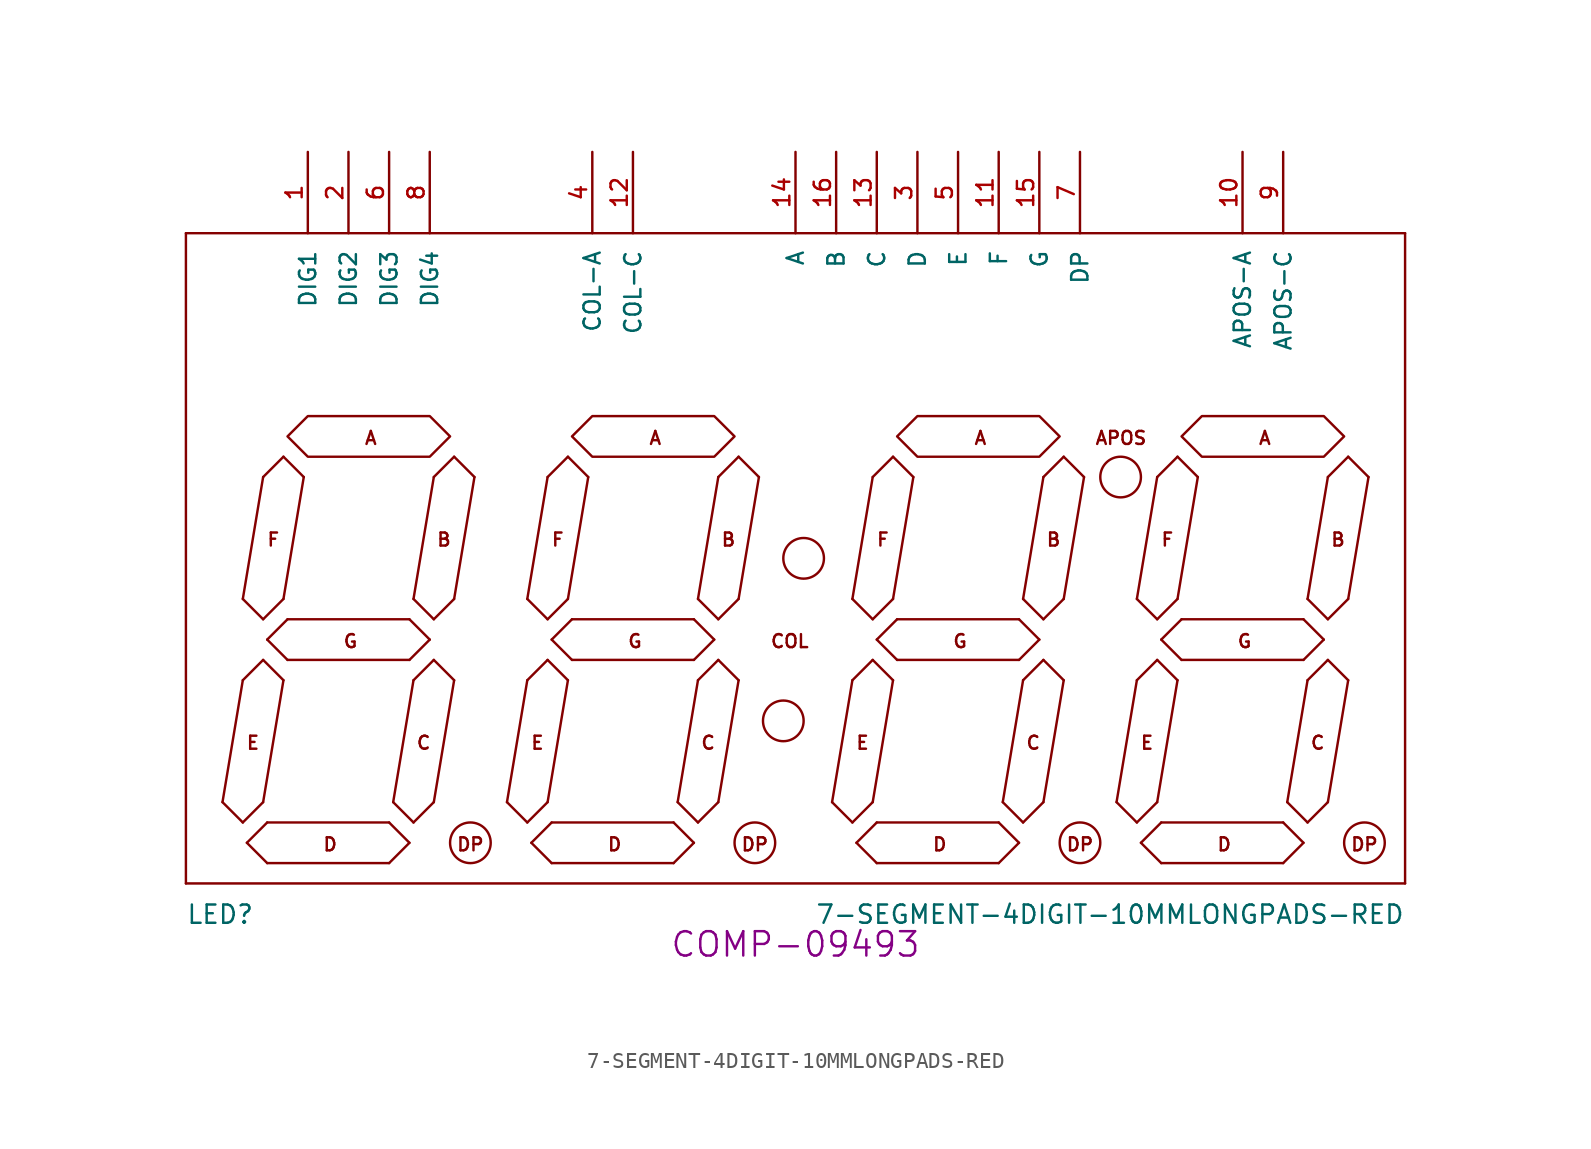
<source format=kicad_sym>
(kicad_symbol_lib
  (version 20220914)
  (generator kicad_symbol_editor)
  (symbol "7-SEGMENT-4DIGIT-10MMLONGPADS-RED"
    (pin_names
      (offset 1.016))
    (property "Reference" "LED"
      (at -38.1 -19.05 0)
      (effects (font (size 1.143 1.143)) (justify left top)))
    (property "Value" "7-SEGMENT-4DIGIT-10MMLONGPADS-RED"
      (at 38.1 -19.05 0)
      (effects (font (size 1.143 1.143)) (justify right top)))
    (property "Field4" "COMP-09493"
      (at 0 -21.59 0)
      (effects (font (size 1.524 1.524))))
    (property "ki_locked" ""
      (at 0 0 0)
      (effects (font (size 1.27 1.27))))
    (symbol "7-SEGMENT-4DIGIT-10MMLONGPADS-RED_1_0"
      (polyline (pts (xy -38.1 -17.78) (xy -38.1 22.86)) (stroke (width 0) (type solid)) (fill (type none)))
      (polyline (pts (xy -35.814 -12.7) (xy -34.544 -13.97)) (stroke (width 0) (type solid)) (fill (type none)))
      (polyline (pts (xy -34.544 -13.97) (xy -33.274 -12.7)) (stroke (width 0) (type solid)) (fill (type none)))
      (polyline (pts (xy -34.544 -5.08) (xy -35.814 -12.7)) (stroke (width 0) (type solid)) (fill (type none)))
      (polyline (pts (xy -34.544 0) (xy -33.274 -1.27)) (stroke (width 0) (type solid)) (fill (type none)))
      (polyline (pts (xy -34.29 -15.24) (xy -33.02 -16.51)) (stroke (width 0) (type solid)) (fill (type none)))
      (polyline (pts (xy -34.29 -15.24) (xy -33.02 -13.97)) (stroke (width 0) (type solid)) (fill (type none)))
      (polyline (pts (xy -33.274 -12.7) (xy -32.004 -5.08)) (stroke (width 0) (type solid)) (fill (type none)))
      (polyline (pts (xy -33.274 -3.81) (xy -34.544 -5.08)) (stroke (width 0) (type solid)) (fill (type none)))
      (polyline (pts (xy -33.274 -3.81) (xy -32.004 -5.08)) (stroke (width 0) (type solid)) (fill (type none)))
      (polyline (pts (xy -33.274 -1.27) (xy -32.004 0)) (stroke (width 0) (type solid)) (fill (type none)))
      (polyline (pts (xy -33.274 7.62) (xy -34.544 0)) (stroke (width 0) (type solid)) (fill (type none)))
      (polyline (pts (xy -33.02 -16.51) (xy -25.4 -16.51)) (stroke (width 0) (type solid)) (fill (type none)))
      (polyline (pts (xy -33.02 -2.54) (xy -31.75 -3.81)) (stroke (width 0) (type solid)) (fill (type none)))
      (polyline (pts (xy -33.02 -2.54) (xy -31.75 -1.27)) (stroke (width 0) (type solid)) (fill (type none)))
      (polyline (pts (xy -32.004 0) (xy -30.734 7.62)) (stroke (width 0) (type solid)) (fill (type none)))
      (polyline (pts (xy -32.004 8.89) (xy -33.274 7.62)) (stroke (width 0) (type solid)) (fill (type none)))
      (polyline (pts (xy -32.004 8.89) (xy -30.734 7.62)) (stroke (width 0) (type solid)) (fill (type none)))
      (polyline (pts (xy -31.75 -3.81) (xy -24.13 -3.81)) (stroke (width 0) (type solid)) (fill (type none)))
      (polyline (pts (xy -25.4 -16.51) (xy -24.13 -15.24)) (stroke (width 0) (type solid)) (fill (type none)))
      (polyline (pts (xy -25.4 -13.97) (xy -33.02 -13.97)) (stroke (width 0) (type solid)) (fill (type none)))
      (polyline (pts (xy -25.146 -12.7) (xy -23.876 -13.97)) (stroke (width 0) (type solid)) (fill (type none)))
      (polyline (pts (xy -24.13 -15.24) (xy -25.4 -13.97)) (stroke (width 0) (type solid)) (fill (type none)))
      (polyline (pts (xy -24.13 -3.81) (xy -22.86 -2.54)) (stroke (width 0) (type solid)) (fill (type none)))
      (polyline (pts (xy -24.13 -1.27) (xy -31.75 -1.27)) (stroke (width 0) (type solid)) (fill (type none)))
      (polyline (pts (xy -23.876 -13.97) (xy -22.606 -12.7)) (stroke (width 0) (type solid)) (fill (type none)))
      (polyline (pts (xy -23.876 -5.08) (xy -25.146 -12.7)) (stroke (width 0) (type solid)) (fill (type none)))
      (polyline (pts (xy -23.876 0) (xy -22.606 -1.27)) (stroke (width 0) (type solid)) (fill (type none)))
      (polyline (pts (xy -22.86 -2.54) (xy -24.13 -1.27)) (stroke (width 0) (type solid)) (fill (type none)))
      (polyline (pts (xy -22.606 -12.7) (xy -21.336 -5.08)) (stroke (width 0) (type solid)) (fill (type none)))
      (polyline (pts (xy -22.606 -3.81) (xy -23.876 -5.08)) (stroke (width 0) (type solid)) (fill (type none)))
      (polyline (pts (xy -22.606 -3.81) (xy -21.336 -5.08)) (stroke (width 0) (type solid)) (fill (type none)))
      (polyline (pts (xy -22.606 -1.27) (xy -21.336 0)) (stroke (width 0) (type solid)) (fill (type none)))
      (polyline (pts (xy -22.606 7.62) (xy -23.876 0)) (stroke (width 0) (type solid)) (fill (type none)))
      (polyline (pts (xy -21.336 0) (xy -20.066 7.62)) (stroke (width 0) (type solid)) (fill (type none)))
      (polyline (pts (xy -21.336 8.89) (xy -22.606 7.62)) (stroke (width 0) (type solid)) (fill (type none)))
      (polyline (pts (xy -21.336 8.89) (xy -20.066 7.62)) (stroke (width 0) (type solid)) (fill (type none)))
      (polyline (pts (xy -18.034 -12.7) (xy -16.764 -13.97)) (stroke (width 0) (type solid)) (fill (type none)))
      (polyline (pts (xy -16.764 -13.97) (xy -15.494 -12.7)) (stroke (width 0) (type solid)) (fill (type none)))
      (polyline (pts (xy -16.764 -5.08) (xy -18.034 -12.7)) (stroke (width 0) (type solid)) (fill (type none)))
      (polyline (pts (xy -16.764 0) (xy -15.494 -1.27)) (stroke (width 0) (type solid)) (fill (type none)))
      (polyline (pts (xy -16.51 -15.24) (xy -15.24 -16.51)) (stroke (width 0) (type solid)) (fill (type none)))
      (polyline (pts (xy -16.51 -15.24) (xy -15.24 -13.97)) (stroke (width 0) (type solid)) (fill (type none)))
      (polyline (pts (xy -15.494 -12.7) (xy -14.224 -5.08)) (stroke (width 0) (type solid)) (fill (type none)))
      (polyline (pts (xy -15.494 -3.81) (xy -16.764 -5.08)) (stroke (width 0) (type solid)) (fill (type none)))
      (polyline (pts (xy -15.494 -3.81) (xy -14.224 -5.08)) (stroke (width 0) (type solid)) (fill (type none)))
      (polyline (pts (xy -15.494 -1.27) (xy -14.224 0)) (stroke (width 0) (type solid)) (fill (type none)))
      (polyline (pts (xy -15.494 7.62) (xy -16.764 0)) (stroke (width 0) (type solid)) (fill (type none)))
      (polyline (pts (xy -15.24 -16.51) (xy -7.62 -16.51)) (stroke (width 0) (type solid)) (fill (type none)))
      (polyline (pts (xy -15.24 -2.54) (xy -13.97 -3.81)) (stroke (width 0) (type solid)) (fill (type none)))
      (polyline (pts (xy -15.24 -2.54) (xy -13.97 -1.27)) (stroke (width 0) (type solid)) (fill (type none)))
      (polyline (pts (xy -14.224 0) (xy -12.954 7.62)) (stroke (width 0) (type solid)) (fill (type none)))
      (polyline (pts (xy -14.224 8.89) (xy -15.494 7.62)) (stroke (width 0) (type solid)) (fill (type none)))
      (polyline (pts (xy -14.224 8.89) (xy -12.954 7.62)) (stroke (width 0) (type solid)) (fill (type none)))
      (polyline (pts (xy -13.97 -3.81) (xy -6.35 -3.81)) (stroke (width 0) (type solid)) (fill (type none)))
      (polyline (pts (xy -7.62 -16.51) (xy -6.35 -15.24)) (stroke (width 0) (type solid)) (fill (type none)))
      (polyline (pts (xy -7.62 -13.97) (xy -15.24 -13.97)) (stroke (width 0) (type solid)) (fill (type none)))
      (polyline (pts (xy -7.366 -12.7) (xy -6.096 -13.97)) (stroke (width 0) (type solid)) (fill (type none)))
      (polyline (pts (xy -6.35 -15.24) (xy -7.62 -13.97)) (stroke (width 0) (type solid)) (fill (type none)))
      (polyline (pts (xy -6.35 -3.81) (xy -5.08 -2.54)) (stroke (width 0) (type solid)) (fill (type none)))
      (polyline (pts (xy -6.35 -1.27) (xy -13.97 -1.27)) (stroke (width 0) (type solid)) (fill (type none)))
      (polyline (pts (xy -6.096 -13.97) (xy -4.826 -12.7)) (stroke (width 0) (type solid)) (fill (type none)))
      (polyline (pts (xy -6.096 -5.08) (xy -7.366 -12.7)) (stroke (width 0) (type solid)) (fill (type none)))
      (polyline (pts (xy -6.096 0) (xy -4.826 -1.27)) (stroke (width 0) (type solid)) (fill (type none)))
      (polyline (pts (xy -5.08 -2.54) (xy -6.35 -1.27)) (stroke (width 0) (type solid)) (fill (type none)))
      (polyline (pts (xy -4.826 -12.7) (xy -3.556 -5.08)) (stroke (width 0) (type solid)) (fill (type none)))
      (polyline (pts (xy -4.826 -3.81) (xy -6.096 -5.08)) (stroke (width 0) (type solid)) (fill (type none)))
      (polyline (pts (xy -4.826 -3.81) (xy -3.556 -5.08)) (stroke (width 0) (type solid)) (fill (type none)))
      (polyline (pts (xy -4.826 -1.27) (xy -3.556 0)) (stroke (width 0) (type solid)) (fill (type none)))
      (polyline (pts (xy -4.826 7.62) (xy -6.096 0)) (stroke (width 0) (type solid)) (fill (type none)))
      (polyline (pts (xy -3.556 0) (xy -2.286 7.62)) (stroke (width 0) (type solid)) (fill (type none)))
      (polyline (pts (xy -3.556 8.89) (xy -4.826 7.62)) (stroke (width 0) (type solid)) (fill (type none)))
      (polyline (pts (xy -3.556 8.89) (xy -2.286 7.62)) (stroke (width 0) (type solid)) (fill (type none)))
      (polyline (pts (xy 2.286 -12.7) (xy 3.556 -13.97)) (stroke (width 0) (type solid)) (fill (type none)))
      (polyline (pts (xy 3.556 -13.97) (xy 4.826 -12.7)) (stroke (width 0) (type solid)) (fill (type none)))
      (polyline (pts (xy 3.556 -5.08) (xy 2.286 -12.7)) (stroke (width 0) (type solid)) (fill (type none)))
      (polyline (pts (xy 3.556 0) (xy 4.826 -1.27)) (stroke (width 0) (type solid)) (fill (type none)))
      (polyline (pts (xy 3.81 -15.24) (xy 5.08 -16.51)) (stroke (width 0) (type solid)) (fill (type none)))
      (polyline (pts (xy 3.81 -15.24) (xy 5.08 -13.97)) (stroke (width 0) (type solid)) (fill (type none)))
      (polyline (pts (xy 4.826 -12.7) (xy 6.096 -5.08)) (stroke (width 0) (type solid)) (fill (type none)))
      (polyline (pts (xy 4.826 -3.81) (xy 3.556 -5.08)) (stroke (width 0) (type solid)) (fill (type none)))
      (polyline (pts (xy 4.826 -3.81) (xy 6.096 -5.08)) (stroke (width 0) (type solid)) (fill (type none)))
      (polyline (pts (xy 4.826 -1.27) (xy 6.096 0)) (stroke (width 0) (type solid)) (fill (type none)))
      (polyline (pts (xy 4.826 7.62) (xy 3.556 0)) (stroke (width 0) (type solid)) (fill (type none)))
      (polyline (pts (xy 5.08 -16.51) (xy 12.7 -16.51)) (stroke (width 0) (type solid)) (fill (type none)))
      (polyline (pts (xy 5.08 -2.54) (xy 6.35 -3.81)) (stroke (width 0) (type solid)) (fill (type none)))
      (polyline (pts (xy 5.08 -2.54) (xy 6.35 -1.27)) (stroke (width 0) (type solid)) (fill (type none)))
      (polyline (pts (xy 6.096 0) (xy 7.366 7.62)) (stroke (width 0) (type solid)) (fill (type none)))
      (polyline (pts (xy 6.096 8.89) (xy 4.826 7.62)) (stroke (width 0) (type solid)) (fill (type none)))
      (polyline (pts (xy 6.096 8.89) (xy 7.366 7.62)) (stroke (width 0) (type solid)) (fill (type none)))
      (polyline (pts (xy 6.35 -3.81) (xy 13.97 -3.81)) (stroke (width 0) (type solid)) (fill (type none)))
      (polyline (pts (xy 12.7 -16.51) (xy 13.97 -15.24)) (stroke (width 0) (type solid)) (fill (type none)))
      (polyline (pts (xy 12.7 -13.97) (xy 5.08 -13.97)) (stroke (width 0) (type solid)) (fill (type none)))
      (polyline (pts (xy 12.954 -12.7) (xy 14.224 -13.97)) (stroke (width 0) (type solid)) (fill (type none)))
      (polyline (pts (xy 13.97 -15.24) (xy 12.7 -13.97)) (stroke (width 0) (type solid)) (fill (type none)))
      (polyline (pts (xy 13.97 -3.81) (xy 15.24 -2.54)) (stroke (width 0) (type solid)) (fill (type none)))
      (polyline (pts (xy 13.97 -1.27) (xy 6.35 -1.27)) (stroke (width 0) (type solid)) (fill (type none)))
      (polyline (pts (xy 14.224 -13.97) (xy 15.494 -12.7)) (stroke (width 0) (type solid)) (fill (type none)))
      (polyline (pts (xy 14.224 -5.08) (xy 12.954 -12.7)) (stroke (width 0) (type solid)) (fill (type none)))
      (polyline (pts (xy 14.224 0) (xy 15.494 -1.27)) (stroke (width 0) (type solid)) (fill (type none)))
      (polyline (pts (xy 15.24 -2.54) (xy 13.97 -1.27)) (stroke (width 0) (type solid)) (fill (type none)))
      (polyline (pts (xy 15.494 -12.7) (xy 16.764 -5.08)) (stroke (width 0) (type solid)) (fill (type none)))
      (polyline (pts (xy 15.494 -3.81) (xy 14.224 -5.08)) (stroke (width 0) (type solid)) (fill (type none)))
      (polyline (pts (xy 15.494 -3.81) (xy 16.764 -5.08)) (stroke (width 0) (type solid)) (fill (type none)))
      (polyline (pts (xy 15.494 -1.27) (xy 16.764 0)) (stroke (width 0) (type solid)) (fill (type none)))
      (polyline (pts (xy 15.494 7.62) (xy 14.224 0)) (stroke (width 0) (type solid)) (fill (type none)))
      (polyline (pts (xy 16.764 0) (xy 18.034 7.62)) (stroke (width 0) (type solid)) (fill (type none)))
      (polyline (pts (xy 16.764 8.89) (xy 15.494 7.62)) (stroke (width 0) (type solid)) (fill (type none)))
      (polyline (pts (xy 16.764 8.89) (xy 18.034 7.62)) (stroke (width 0) (type solid)) (fill (type none)))
      (polyline (pts (xy 20.066 -12.7) (xy 21.336 -13.97)) (stroke (width 0) (type solid)) (fill (type none)))
      (polyline (pts (xy 21.336 -13.97) (xy 22.606 -12.7)) (stroke (width 0) (type solid)) (fill (type none)))
      (polyline (pts (xy 21.336 -5.08) (xy 20.066 -12.7)) (stroke (width 0) (type solid)) (fill (type none)))
      (polyline (pts (xy 21.336 0) (xy 22.606 -1.27)) (stroke (width 0) (type solid)) (fill (type none)))
      (polyline (pts (xy 21.59 -15.24) (xy 22.86 -16.51)) (stroke (width 0) (type solid)) (fill (type none)))
      (polyline (pts (xy 21.59 -15.24) (xy 22.86 -13.97)) (stroke (width 0) (type solid)) (fill (type none)))
      (polyline (pts (xy 22.606 -12.7) (xy 23.876 -5.08)) (stroke (width 0) (type solid)) (fill (type none)))
      (polyline (pts (xy 22.606 -3.81) (xy 21.336 -5.08)) (stroke (width 0) (type solid)) (fill (type none)))
      (polyline (pts (xy 22.606 -3.81) (xy 23.876 -5.08)) (stroke (width 0) (type solid)) (fill (type none)))
      (polyline (pts (xy 22.606 -1.27) (xy 23.876 0)) (stroke (width 0) (type solid)) (fill (type none)))
      (polyline (pts (xy 22.606 7.62) (xy 21.336 0)) (stroke (width 0) (type solid)) (fill (type none)))
      (polyline (pts (xy 22.86 -16.51) (xy 30.48 -16.51)) (stroke (width 0) (type solid)) (fill (type none)))
      (polyline (pts (xy 22.86 -2.54) (xy 24.13 -3.81)) (stroke (width 0) (type solid)) (fill (type none)))
      (polyline (pts (xy 22.86 -2.54) (xy 24.13 -1.27)) (stroke (width 0) (type solid)) (fill (type none)))
      (polyline (pts (xy 23.876 0) (xy 25.146 7.62)) (stroke (width 0) (type solid)) (fill (type none)))
      (polyline (pts (xy 23.876 8.89) (xy 22.606 7.62)) (stroke (width 0) (type solid)) (fill (type none)))
      (polyline (pts (xy 23.876 8.89) (xy 25.146 7.62)) (stroke (width 0) (type solid)) (fill (type none)))
      (polyline (pts (xy 24.13 -3.81) (xy 31.75 -3.81)) (stroke (width 0) (type solid)) (fill (type none)))
      (polyline (pts (xy 30.48 -16.51) (xy 31.75 -15.24)) (stroke (width 0) (type solid)) (fill (type none)))
      (polyline (pts (xy 30.48 -13.97) (xy 22.86 -13.97)) (stroke (width 0) (type solid)) (fill (type none)))
      (polyline (pts (xy 30.734 -12.7) (xy 32.004 -13.97)) (stroke (width 0) (type solid)) (fill (type none)))
      (polyline (pts (xy 31.75 -15.24) (xy 30.48 -13.97)) (stroke (width 0) (type solid)) (fill (type none)))
      (polyline (pts (xy 31.75 -3.81) (xy 33.02 -2.54)) (stroke (width 0) (type solid)) (fill (type none)))
      (polyline (pts (xy 31.75 -1.27) (xy 24.13 -1.27)) (stroke (width 0) (type solid)) (fill (type none)))
      (polyline (pts (xy 32.004 -13.97) (xy 33.274 -12.7)) (stroke (width 0) (type solid)) (fill (type none)))
      (polyline (pts (xy 32.004 -5.08) (xy 30.734 -12.7)) (stroke (width 0) (type solid)) (fill (type none)))
      (polyline (pts (xy 32.004 0) (xy 33.274 -1.27)) (stroke (width 0) (type solid)) (fill (type none)))
      (polyline (pts (xy 33.02 -2.54) (xy 31.75 -1.27)) (stroke (width 0) (type solid)) (fill (type none)))
      (polyline (pts (xy 33.274 -12.7) (xy 34.544 -5.08)) (stroke (width 0) (type solid)) (fill (type none)))
      (polyline (pts (xy 33.274 -3.81) (xy 32.004 -5.08)) (stroke (width 0) (type solid)) (fill (type none)))
      (polyline (pts (xy 33.274 -3.81) (xy 34.544 -5.08)) (stroke (width 0) (type solid)) (fill (type none)))
      (polyline (pts (xy 33.274 -1.27) (xy 34.544 0)) (stroke (width 0) (type solid)) (fill (type none)))
      (polyline (pts (xy 33.274 7.62) (xy 32.004 0)) (stroke (width 0) (type solid)) (fill (type none)))
      (polyline (pts (xy 34.544 0) (xy 35.814 7.62)) (stroke (width 0) (type solid)) (fill (type none)))
      (polyline (pts (xy 34.544 8.89) (xy 33.274 7.62)) (stroke (width 0) (type solid)) (fill (type none)))
      (polyline (pts (xy 34.544 8.89) (xy 35.814 7.62)) (stroke (width 0) (type solid)) (fill (type none)))
      (polyline (pts (xy 38.1 -17.78) (xy -38.1 -17.78)) (stroke (width 0) (type solid)) (fill (type none)))
      (polyline (pts (xy 38.1 22.86) (xy -38.1 22.86)) (stroke (width 0) (type solid)) (fill (type none)))
      (polyline (pts (xy 38.1 22.86) (xy 38.1 -17.78)) (stroke (width 0) (type solid)) (fill (type none)))
      (text "A" (at -26.543 10.058 0) (effects (font (size 0.813 0.813))))
      (text "A" (at -8.763 10.058 0) (effects (font (size 0.813 0.813))))
      (text "A" (at 11.557 10.058 0) (effects (font (size 0.813 0.813))))
      (text "A" (at 29.337 10.058 0) (effects (font (size 0.813 0.813))))
      (text "APOS" (at 20.345 10.058 0) (effects (font (size 0.813 0.813))))
      (text "B" (at -21.971 3.708 0) (effects (font (size 0.813 0.813))))
      (text "B" (at -4.191 3.708 0) (effects (font (size 0.813 0.813))))
      (text "B" (at 16.129 3.708 0) (effects (font (size 0.813 0.813))))
      (text "B" (at 33.909 3.708 0) (effects (font (size 0.813 0.813))))
      (text "C" (at -23.241 -8.992 0) (effects (font (size 0.813 0.813))))
      (text "C" (at -5.461 -8.992 0) (effects (font (size 0.813 0.813))))
      (text "C" (at 14.859 -8.992 0) (effects (font (size 0.813 0.813))))
      (text "C" (at 32.639 -8.992 0) (effects (font (size 0.813 0.813))))
      (text "COL" (at -0.356 -2.642 0) (effects (font (size 0.813 0.813))))
      (text "D" (at -29.083 -15.342 0) (effects (font (size 0.813 0.813))))
      (text "D" (at -11.303 -15.342 0) (effects (font (size 0.813 0.813))))
      (text "D" (at 9.017 -15.342 0) (effects (font (size 0.813 0.813))))
      (text "D" (at 26.797 -15.342 0) (effects (font (size 0.813 0.813))))
      (text "DP" (at -20.32 -15.342 0) (effects (font (size 0.813 0.813))))
      (text "DP" (at -2.54 -15.342 0) (effects (font (size 0.813 0.813))))
      (text "DP" (at 17.78 -15.342 0) (effects (font (size 0.813 0.813))))
      (text "DP" (at 35.56 -15.342 0) (effects (font (size 0.813 0.813))))
      (text "E" (at -33.909 -8.992 0) (effects (font (size 0.813 0.813))))
      (text "E" (at -16.129 -8.992 0) (effects (font (size 0.813 0.813))))
      (text "E" (at 4.191 -8.992 0) (effects (font (size 0.813 0.813))))
      (text "E" (at 21.971 -8.992 0) (effects (font (size 0.813 0.813))))
      (text "F" (at -32.639 3.708 0) (effects (font (size 0.813 0.813))))
      (text "F" (at -14.859 3.708 0) (effects (font (size 0.813 0.813))))
      (text "F" (at 5.461 3.708 0) (effects (font (size 0.813 0.813))))
      (text "F" (at 23.241 3.708 0) (effects (font (size 0.813 0.813))))
      (text "G" (at -27.813 -2.642 0) (effects (font (size 0.813 0.813))))
      (text "G" (at -10.033 -2.642 0) (effects (font (size 0.813 0.813))))
      (text "G" (at 10.287 -2.642 0) (effects (font (size 0.813 0.813))))
      (text "G" (at 28.067 -2.642 0) (effects (font (size 0.813 0.813)))))
    (symbol "7-SEGMENT-4DIGIT-10MMLONGPADS-RED_1_1"
      (circle (center -20.32 -15.24) (radius 1.27) (stroke (width 0) (type solid)) (fill (type none)))
      (circle (center -2.54 -15.24) (radius 1.27) (stroke (width 0) (type solid)) (fill (type none)))
      (circle (center -0.762 -7.62) (radius 1.27) (stroke (width 0) (type solid)) (fill (type none)))
      (polyline (pts (xy -22.86 11.43) (xy -21.59 10.16) (xy -22.86 8.89) (xy -30.48 8.89) (xy -31.75 10.16) (xy -30.48 11.43) (xy -22.86 11.43)) (stroke (width 0) (type solid)) (fill (type none)))
      (polyline (pts (xy -5.08 11.43) (xy -3.81 10.16) (xy -5.08 8.89) (xy -12.7 8.89) (xy -13.97 10.16) (xy -12.7 11.43) (xy -5.08 11.43)) (stroke (width 0) (type solid)) (fill (type none)))
      (polyline (pts (xy 15.24 11.43) (xy 16.51 10.16) (xy 15.24 8.89) (xy 7.62 8.89) (xy 6.35 10.16) (xy 7.62 11.43) (xy 15.24 11.43)) (stroke (width 0) (type solid)) (fill (type none)))
      (polyline (pts (xy 33.02 11.43) (xy 34.29 10.16) (xy 33.02 8.89) (xy 25.4 8.89) (xy 24.13 10.16) (xy 25.4 11.43) (xy 33.02 11.43)) (stroke (width 0) (type solid)) (fill (type none)))
      (circle (center 0.508 2.54) (radius 1.27) (stroke (width 0) (type solid)) (fill (type none)))
      (circle (center 17.78 -15.24) (radius 1.27) (stroke (width 0) (type solid)) (fill (type none)))
      (circle (center 20.32 7.62) (radius 1.27) (stroke (width 0) (type solid)) (fill (type none)))
      (circle (center 35.56 -15.24) (radius 1.27) (stroke (width 0) (type solid)) (fill (type none)))
      (pin bidirectional line (at -30.48 27.94 270) (length 5.08) (name "DIG1" (effects (font (size 1.016 1.016)))) (number "1" (effects (font (size 1.016 1.016)))))
      (pin bidirectional line (at 27.94 27.94 270) (length 5.08) (name "APOS-A" (effects (font (size 1.016 1.016)))) (number "10" (effects (font (size 1.016 1.016)))))
      (pin bidirectional line (at 12.7 27.94 270) (length 5.08) (name "F" (effects (font (size 1.016 1.016)))) (number "11" (effects (font (size 1.016 1.016)))))
      (pin bidirectional line (at -10.16 27.94 270) (length 5.08) (name "COL-C" (effects (font (size 1.016 1.016)))) (number "12" (effects (font (size 1.016 1.016)))))
      (pin bidirectional line (at 5.08 27.94 270) (length 5.08) (name "C" (effects (font (size 1.016 1.016)))) (number "13" (effects (font (size 1.016 1.016)))))
      (pin bidirectional line (at 0 27.94 270) (length 5.08) (name "A" (effects (font (size 1.016 1.016)))) (number "14" (effects (font (size 1.016 1.016)))))
      (pin bidirectional line (at 15.24 27.94 270) (length 5.08) (name "G" (effects (font (size 1.016 1.016)))) (number "15" (effects (font (size 1.016 1.016)))))
      (pin bidirectional line (at 2.54 27.94 270) (length 5.08) (name "B" (effects (font (size 1.016 1.016)))) (number "16" (effects (font (size 1.016 1.016)))))
      (pin bidirectional line (at -27.94 27.94 270) (length 5.08) (name "DIG2" (effects (font (size 1.016 1.016)))) (number "2" (effects (font (size 1.016 1.016)))))
      (pin bidirectional line (at 7.62 27.94 270) (length 5.08) (name "D" (effects (font (size 1.016 1.016)))) (number "3" (effects (font (size 1.016 1.016)))))
      (pin bidirectional line (at -12.7 27.94 270) (length 5.08) (name "COL-A" (effects (font (size 1.016 1.016)))) (number "4" (effects (font (size 1.016 1.016)))))
      (pin bidirectional line (at 10.16 27.94 270) (length 5.08) (name "E" (effects (font (size 1.016 1.016)))) (number "5" (effects (font (size 1.016 1.016)))))
      (pin bidirectional line (at -25.4 27.94 270) (length 5.08) (name "DIG3" (effects (font (size 1.016 1.016)))) (number "6" (effects (font (size 1.016 1.016)))))
      (pin bidirectional line (at 17.78 27.94 270) (length 5.08) (name "DP" (effects (font (size 1.016 1.016)))) (number "7" (effects (font (size 1.016 1.016)))))
      (pin bidirectional line (at -22.86 27.94 270) (length 5.08) (name "DIG4" (effects (font (size 1.016 1.016)))) (number "8" (effects (font (size 1.016 1.016)))))
      (pin bidirectional line (at 30.48 27.94 270) (length 5.08) (name "APOS-C" (effects (font (size 1.016 1.016)))) (number "9" (effects (font (size 1.016 1.016))))))))
</source>
